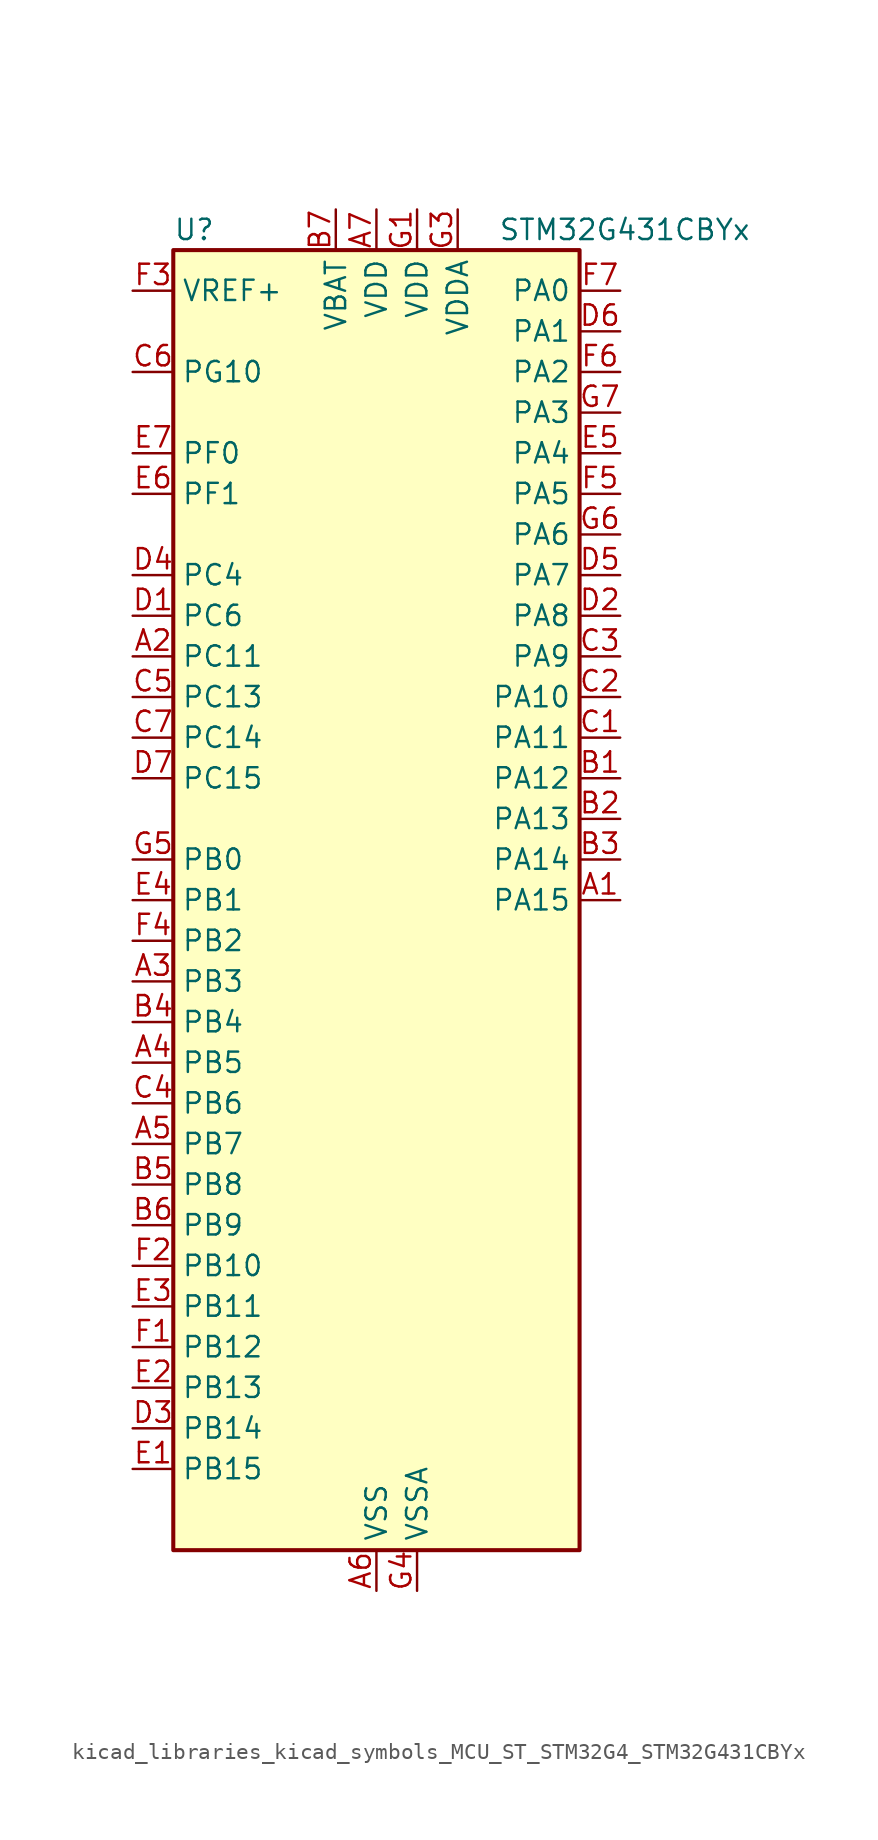
<source format=kicad_sym>
(kicad_symbol_lib
  (version 20220914)
  (generator kicad_symbol_editor)
  (symbol "kicad_libraries_kicad_symbols_MCU_ST_STM32G4_STM32G431CBYx"
    (property "Reference" "U"
      (at -12.7 41.91 0)
      (effects (font (size 1.27 1.27)) (justify left)))
    (property "Value" "STM32G431CBYx"
      (at 7.62 41.91 0)
      (effects (font (size 1.27 1.27)) (justify left)))
    (property "ki_locked" ""
      (at 0 0 0)
      (effects (font (size 1.27 1.27))))
    (symbol "kicad_libraries_kicad_symbols_MCU_ST_STM32G4_STM32G431CBYx_0_1"
      (rectangle (start -12.7 -40.64) (end 12.7 40.64) (stroke (width 0.254) (type default)) (fill (type background))))
    (symbol "kicad_libraries_kicad_symbols_MCU_ST_STM32G4_STM32G431CBYx_1_1"
      (pin bidirectional line (at 15.24 0 180) (length 2.54) (name "PA15" (effects (font (size 1.27 1.27)))) (number "A1" (effects (font (size 1.27 1.27)))) (alternate "ADC1_EXTI15" bidirectional line) (alternate "ADC2_EXTI15" bidirectional line) (alternate "I2C1_SCL" bidirectional line) (alternate "I2S3_WS" bidirectional line) (alternate "SPI1_NSS" bidirectional line) (alternate "SPI3_NSS" bidirectional line) (alternate "SYS_JTDI" bidirectional line) (alternate "TIM1_BKIN" bidirectional line) (alternate "TIM2_CH1" bidirectional line) (alternate "TIM2_ETR" bidirectional line) (alternate "TIM8_CH1" bidirectional line) (alternate "USART2_RX" bidirectional line))
      (pin bidirectional line (at -15.24 15.24 0) (length 2.54) (name "PC11" (effects (font (size 1.27 1.27)))) (number "A2" (effects (font (size 1.27 1.27)))) (alternate "ADC1_EXTI11" bidirectional line) (alternate "ADC2_EXTI11" bidirectional line) (alternate "I2C3_SDA" bidirectional line) (alternate "SPI3_MISO" bidirectional line) (alternate "TIM8_CH2N" bidirectional line) (alternate "USART3_RX" bidirectional line))
      (pin bidirectional line (at -15.24 -5.08 0) (length 2.54) (name "PB3" (effects (font (size 1.27 1.27)))) (number "A3" (effects (font (size 1.27 1.27)))) (alternate "CRS_SYNC" bidirectional line) (alternate "I2S3_CK" bidirectional line) (alternate "SAI1_SCK_B" bidirectional line) (alternate "SPI1_SCK" bidirectional line) (alternate "SPI3_SCK" bidirectional line) (alternate "SYS_JTDO-SWO" bidirectional line) (alternate "TIM2_CH2" bidirectional line) (alternate "TIM3_ETR" bidirectional line) (alternate "TIM4_ETR" bidirectional line) (alternate "TIM8_CH1N" bidirectional line) (alternate "USART2_TX" bidirectional line))
      (pin bidirectional line (at -15.24 -10.16 0) (length 2.54) (name "PB5" (effects (font (size 1.27 1.27)))) (number "A4" (effects (font (size 1.27 1.27)))) (alternate "I2C1_SMBA" bidirectional line) (alternate "I2C3_SDA" bidirectional line) (alternate "I2S3_SD" bidirectional line) (alternate "LPTIM1_IN1" bidirectional line) (alternate "SAI1_SD_B" bidirectional line) (alternate "SPI1_MOSI" bidirectional line) (alternate "SPI3_MOSI" bidirectional line) (alternate "TIM16_BKIN" bidirectional line) (alternate "TIM17_CH1" bidirectional line) (alternate "TIM3_CH2" bidirectional line) (alternate "TIM8_CH3N" bidirectional line) (alternate "USART2_CK" bidirectional line))
      (pin bidirectional line (at -15.24 -15.24 0) (length 2.54) (name "PB7" (effects (font (size 1.27 1.27)))) (number "A5" (effects (font (size 1.27 1.27)))) (alternate "COMP3_OUT" bidirectional line) (alternate "I2C1_SDA" bidirectional line) (alternate "LPTIM1_IN2" bidirectional line) (alternate "SYS_PVD_IN" bidirectional line) (alternate "TIM17_CH1N" bidirectional line) (alternate "TIM3_CH4" bidirectional line) (alternate "TIM4_CH2" bidirectional line) (alternate "TIM8_BKIN" bidirectional line) (alternate "USART1_RX" bidirectional line))
      (pin power_in line (at 0 -43.18 90) (length 2.54) (name "VSS" (effects (font (size 1.27 1.27)))) (number "A6" (effects (font (size 1.27 1.27)))))
      (pin power_in line (at 0 43.18 270) (length 2.54) (name "VDD" (effects (font (size 1.27 1.27)))) (number "A7" (effects (font (size 1.27 1.27)))))
      (pin bidirectional line (at 15.24 7.62 180) (length 2.54) (name "PA12" (effects (font (size 1.27 1.27)))) (number "B1" (effects (font (size 1.27 1.27)))) (alternate "COMP2_OUT" bidirectional line) (alternate "FDCAN1_TX" bidirectional line) (alternate "I2S_CKIN" bidirectional line) (alternate "TIM16_CH1" bidirectional line) (alternate "TIM1_CH2N" bidirectional line) (alternate "TIM1_ETR" bidirectional line) (alternate "TIM4_CH2" bidirectional line) (alternate "USART1_DE" bidirectional line) (alternate "USART1_RTS" bidirectional line) (alternate "USB_DP" bidirectional line))
      (pin bidirectional line (at 15.24 5.08 180) (length 2.54) (name "PA13" (effects (font (size 1.27 1.27)))) (number "B2" (effects (font (size 1.27 1.27)))) (alternate "I2C1_SCL" bidirectional line) (alternate "IR_OUT" bidirectional line) (alternate "SAI1_SD_B" bidirectional line) (alternate "SYS_JTMS-SWDIO" bidirectional line) (alternate "TIM16_CH1N" bidirectional line) (alternate "TIM4_CH3" bidirectional line) (alternate "USART3_CTS" bidirectional line) (alternate "USART3_NSS" bidirectional line))
      (pin bidirectional line (at 15.24 2.54 180) (length 2.54) (name "PA14" (effects (font (size 1.27 1.27)))) (number "B3" (effects (font (size 1.27 1.27)))) (alternate "I2C1_SDA" bidirectional line) (alternate "LPTIM1_OUT" bidirectional line) (alternate "SAI1_FS_B" bidirectional line) (alternate "SYS_JTCK-SWCLK" bidirectional line) (alternate "TIM1_BKIN" bidirectional line) (alternate "TIM8_CH2" bidirectional line) (alternate "USART2_TX" bidirectional line))
      (pin bidirectional line (at -15.24 -7.62 0) (length 2.54) (name "PB4" (effects (font (size 1.27 1.27)))) (number "B4" (effects (font (size 1.27 1.27)))) (alternate "SAI1_MCLK_B" bidirectional line) (alternate "SPI1_MISO" bidirectional line) (alternate "SPI3_MISO" bidirectional line) (alternate "SYS_JTRST" bidirectional line) (alternate "TIM16_CH1" bidirectional line) (alternate "TIM17_BKIN" bidirectional line) (alternate "TIM3_CH1" bidirectional line) (alternate "TIM8_CH2N" bidirectional line) (alternate "UCPD1_CC2" bidirectional line) (alternate "USART2_RX" bidirectional line))
      (pin bidirectional line (at -15.24 -17.78 0) (length 2.54) (name "PB8" (effects (font (size 1.27 1.27)))) (number "B5" (effects (font (size 1.27 1.27)))) (alternate "COMP1_OUT" bidirectional line) (alternate "FDCAN1_RX" bidirectional line) (alternate "I2C1_SCL" bidirectional line) (alternate "SAI1_CK1" bidirectional line) (alternate "SAI1_MCLK_A" bidirectional line) (alternate "TIM16_CH1" bidirectional line) (alternate "TIM1_BKIN" bidirectional line) (alternate "TIM4_CH3" bidirectional line) (alternate "TIM8_CH2" bidirectional line) (alternate "USART3_RX" bidirectional line))
      (pin bidirectional line (at -15.24 -20.32 0) (length 2.54) (name "PB9" (effects (font (size 1.27 1.27)))) (number "B6" (effects (font (size 1.27 1.27)))) (alternate "COMP2_OUT" bidirectional line) (alternate "DAC1_EXTI9" bidirectional line) (alternate "DAC3_EXTI9" bidirectional line) (alternate "FDCAN1_TX" bidirectional line) (alternate "I2C1_SDA" bidirectional line) (alternate "IR_OUT" bidirectional line) (alternate "SAI1_D2" bidirectional line) (alternate "SAI1_FS_A" bidirectional line) (alternate "TIM17_CH1" bidirectional line) (alternate "TIM1_CH3N" bidirectional line) (alternate "TIM4_CH4" bidirectional line) (alternate "TIM8_CH3" bidirectional line) (alternate "USART3_TX" bidirectional line))
      (pin power_in line (at -2.54 43.18 270) (length 2.54) (name "VBAT" (effects (font (size 1.27 1.27)))) (number "B7" (effects (font (size 1.27 1.27)))))
      (pin bidirectional line (at 15.24 10.16 180) (length 2.54) (name "PA11" (effects (font (size 1.27 1.27)))) (number "C1" (effects (font (size 1.27 1.27)))) (alternate "ADC1_EXTI11" bidirectional line) (alternate "ADC2_EXTI11" bidirectional line) (alternate "COMP1_OUT" bidirectional line) (alternate "FDCAN1_RX" bidirectional line) (alternate "I2S2_SD" bidirectional line) (alternate "SPI2_MOSI" bidirectional line) (alternate "TIM1_BKIN2" bidirectional line) (alternate "TIM1_CH1N" bidirectional line) (alternate "TIM1_CH4" bidirectional line) (alternate "TIM4_CH1" bidirectional line) (alternate "USART1_CTS" bidirectional line) (alternate "USART1_NSS" bidirectional line) (alternate "USB_DM" bidirectional line))
      (pin bidirectional line (at 15.24 12.7 180) (length 2.54) (name "PA10" (effects (font (size 1.27 1.27)))) (number "C2" (effects (font (size 1.27 1.27)))) (alternate "CRS_SYNC" bidirectional line) (alternate "DAC1_EXTI10" bidirectional line) (alternate "DAC3_EXTI10" bidirectional line) (alternate "I2C2_SMBA" bidirectional line) (alternate "SAI1_D1" bidirectional line) (alternate "SAI1_SD_A" bidirectional line) (alternate "SPI2_MISO" bidirectional line) (alternate "TIM17_BKIN" bidirectional line) (alternate "TIM1_CH3" bidirectional line) (alternate "TIM2_CH4" bidirectional line) (alternate "TIM8_BKIN" bidirectional line) (alternate "UCPD1_DBCC2" bidirectional line) (alternate "USART1_RX" bidirectional line))
      (pin bidirectional line (at 15.24 15.24 180) (length 2.54) (name "PA9" (effects (font (size 1.27 1.27)))) (number "C3" (effects (font (size 1.27 1.27)))) (alternate "DAC1_EXTI9" bidirectional line) (alternate "DAC3_EXTI9" bidirectional line) (alternate "I2C2_SCL" bidirectional line) (alternate "I2C3_SMBA" bidirectional line) (alternate "I2S3_MCK" bidirectional line) (alternate "SAI1_FS_A" bidirectional line) (alternate "TIM15_BKIN" bidirectional line) (alternate "TIM1_CH2" bidirectional line) (alternate "TIM2_CH3" bidirectional line) (alternate "UCPD1_DBCC1" bidirectional line) (alternate "USART1_TX" bidirectional line))
      (pin bidirectional line (at -15.24 -12.7 0) (length 2.54) (name "PB6" (effects (font (size 1.27 1.27)))) (number "C4" (effects (font (size 1.27 1.27)))) (alternate "COMP4_OUT" bidirectional line) (alternate "LPTIM1_ETR" bidirectional line) (alternate "SAI1_FS_B" bidirectional line) (alternate "TIM16_CH1N" bidirectional line) (alternate "TIM4_CH1" bidirectional line) (alternate "TIM8_BKIN2" bidirectional line) (alternate "TIM8_CH1" bidirectional line) (alternate "TIM8_ETR" bidirectional line) (alternate "UCPD1_CC1" bidirectional line) (alternate "USART1_TX" bidirectional line))
      (pin bidirectional line (at -15.24 12.7 0) (length 2.54) (name "PC13" (effects (font (size 1.27 1.27)))) (number "C5" (effects (font (size 1.27 1.27)))) (alternate "RTC_OUT1" bidirectional line) (alternate "RTC_TAMP1" bidirectional line) (alternate "RTC_TS" bidirectional line) (alternate "SYS_WKUP2" bidirectional line) (alternate "TIM1_BKIN" bidirectional line) (alternate "TIM1_CH1N" bidirectional line) (alternate "TIM8_CH4N" bidirectional line))
      (pin bidirectional line (at -15.24 33.02 0) (length 2.54) (name "PG10" (effects (font (size 1.27 1.27)))) (number "C6" (effects (font (size 1.27 1.27)))) (alternate "DAC1_EXTI10" bidirectional line) (alternate "DAC3_EXTI10" bidirectional line) (alternate "RCC_MCO" bidirectional line))
      (pin bidirectional line (at -15.24 10.16 0) (length 2.54) (name "PC14" (effects (font (size 1.27 1.27)))) (number "C7" (effects (font (size 1.27 1.27)))) (alternate "RCC_OSC32_IN" bidirectional line))
      (pin bidirectional line (at -15.24 17.78 0) (length 2.54) (name "PC6" (effects (font (size 1.27 1.27)))) (number "D1" (effects (font (size 1.27 1.27)))) (alternate "I2S2_MCK" bidirectional line) (alternate "TIM3_CH1" bidirectional line) (alternate "TIM8_CH1" bidirectional line))
      (pin bidirectional line (at 15.24 17.78 180) (length 2.54) (name "PA8" (effects (font (size 1.27 1.27)))) (number "D2" (effects (font (size 1.27 1.27)))) (alternate "I2C2_SDA" bidirectional line) (alternate "I2C3_SCL" bidirectional line) (alternate "I2S2_MCK" bidirectional line) (alternate "RCC_MCO" bidirectional line) (alternate "SAI1_CK2" bidirectional line) (alternate "SAI1_SCK_A" bidirectional line) (alternate "TIM1_CH1" bidirectional line) (alternate "TIM4_ETR" bidirectional line) (alternate "USART1_CK" bidirectional line))
      (pin bidirectional line (at -15.24 -33.02 0) (length 2.54) (name "PB14" (effects (font (size 1.27 1.27)))) (number "D3" (effects (font (size 1.27 1.27)))) (alternate "ADC1_IN5" bidirectional line) (alternate "COMP4_OUT" bidirectional line) (alternate "OPAMP2_VINP" bidirectional line) (alternate "OPAMP2_VINP_SEC" bidirectional line) (alternate "SPI2_MISO" bidirectional line) (alternate "TIM15_CH1" bidirectional line) (alternate "TIM1_CH2N" bidirectional line) (alternate "USART3_DE" bidirectional line) (alternate "USART3_RTS" bidirectional line))
      (pin bidirectional line (at -15.24 20.32 0) (length 2.54) (name "PC4" (effects (font (size 1.27 1.27)))) (number "D4" (effects (font (size 1.27 1.27)))) (alternate "ADC2_IN5" bidirectional line) (alternate "I2C2_SCL" bidirectional line) (alternate "TIM1_ETR" bidirectional line) (alternate "USART1_TX" bidirectional line))
      (pin bidirectional line (at 15.24 20.32 180) (length 2.54) (name "PA7" (effects (font (size 1.27 1.27)))) (number "D5" (effects (font (size 1.27 1.27)))) (alternate "ADC2_IN4" bidirectional line) (alternate "COMP2_INP" bidirectional line) (alternate "COMP2_OUT" bidirectional line) (alternate "OPAMP1_VINP" bidirectional line) (alternate "OPAMP1_VINP_SEC" bidirectional line) (alternate "OPAMP2_VINP" bidirectional line) (alternate "OPAMP2_VINP_SEC" bidirectional line) (alternate "SPI1_MOSI" bidirectional line) (alternate "TIM17_CH1" bidirectional line) (alternate "TIM1_CH1N" bidirectional line) (alternate "TIM3_CH2" bidirectional line) (alternate "TIM8_CH1N" bidirectional line) (alternate "UCPD1_FRSTX1" bidirectional line) (alternate "UCPD1_FRSTX2" bidirectional line))
      (pin bidirectional line (at 15.24 35.56 180) (length 2.54) (name "PA1" (effects (font (size 1.27 1.27)))) (number "D6" (effects (font (size 1.27 1.27)))) (alternate "ADC1_IN2" bidirectional line) (alternate "ADC2_IN2" bidirectional line) (alternate "COMP1_INP" bidirectional line) (alternate "OPAMP1_VINP" bidirectional line) (alternate "OPAMP1_VINP_SEC" bidirectional line) (alternate "OPAMP3_VINP" bidirectional line) (alternate "OPAMP3_VINP_SEC" bidirectional line) (alternate "RTC_REFIN" bidirectional line) (alternate "TIM15_CH1N" bidirectional line) (alternate "TIM2_CH2" bidirectional line) (alternate "USART2_DE" bidirectional line) (alternate "USART2_RTS" bidirectional line))
      (pin bidirectional line (at -15.24 7.62 0) (length 2.54) (name "PC15" (effects (font (size 1.27 1.27)))) (number "D7" (effects (font (size 1.27 1.27)))) (alternate "ADC1_EXTI15" bidirectional line) (alternate "ADC2_EXTI15" bidirectional line) (alternate "RCC_OSC32_OUT" bidirectional line))
      (pin bidirectional line (at -15.24 -35.56 0) (length 2.54) (name "PB15" (effects (font (size 1.27 1.27)))) (number "E1" (effects (font (size 1.27 1.27)))) (alternate "ADC1_EXTI15" bidirectional line) (alternate "ADC2_EXTI15" bidirectional line) (alternate "ADC2_IN15" bidirectional line) (alternate "COMP3_OUT" bidirectional line) (alternate "I2S2_SD" bidirectional line) (alternate "RTC_REFIN" bidirectional line) (alternate "SPI2_MOSI" bidirectional line) (alternate "TIM15_CH1N" bidirectional line) (alternate "TIM15_CH2" bidirectional line) (alternate "TIM1_CH3N" bidirectional line))
      (pin bidirectional line (at -15.24 -30.48 0) (length 2.54) (name "PB13" (effects (font (size 1.27 1.27)))) (number "E2" (effects (font (size 1.27 1.27)))) (alternate "I2S2_CK" bidirectional line) (alternate "LPUART1_CTS" bidirectional line) (alternate "OPAMP3_VINP" bidirectional line) (alternate "OPAMP3_VINP_SEC" bidirectional line) (alternate "SPI2_SCK" bidirectional line) (alternate "TIM1_CH1N" bidirectional line) (alternate "USART3_CTS" bidirectional line) (alternate "USART3_NSS" bidirectional line))
      (pin bidirectional line (at -15.24 -25.4 0) (length 2.54) (name "PB11" (effects (font (size 1.27 1.27)))) (number "E3" (effects (font (size 1.27 1.27)))) (alternate "ADC1_EXTI11" bidirectional line) (alternate "ADC1_IN14" bidirectional line) (alternate "ADC2_EXTI11" bidirectional line) (alternate "ADC2_IN14" bidirectional line) (alternate "LPUART1_TX" bidirectional line) (alternate "TIM2_CH4" bidirectional line) (alternate "USART3_RX" bidirectional line))
      (pin bidirectional line (at -15.24 0 0) (length 2.54) (name "PB1" (effects (font (size 1.27 1.27)))) (number "E4" (effects (font (size 1.27 1.27)))) (alternate "ADC1_IN12" bidirectional line) (alternate "COMP1_INP" bidirectional line) (alternate "COMP4_OUT" bidirectional line) (alternate "LPUART1_DE" bidirectional line) (alternate "LPUART1_RTS" bidirectional line) (alternate "OPAMP3_VOUT" bidirectional line) (alternate "TIM1_CH3N" bidirectional line) (alternate "TIM3_CH4" bidirectional line) (alternate "TIM8_CH3N" bidirectional line))
      (pin bidirectional line (at 15.24 27.94 180) (length 2.54) (name "PA4" (effects (font (size 1.27 1.27)))) (number "E5" (effects (font (size 1.27 1.27)))) (alternate "ADC2_IN17" bidirectional line) (alternate "COMP1_INM" bidirectional line) (alternate "DAC1_OUT1" bidirectional line) (alternate "I2S3_WS" bidirectional line) (alternate "SAI1_FS_B" bidirectional line) (alternate "SPI1_NSS" bidirectional line) (alternate "SPI3_NSS" bidirectional line) (alternate "TIM3_CH2" bidirectional line) (alternate "USART2_CK" bidirectional line))
      (pin bidirectional line (at -15.24 25.4 0) (length 2.54) (name "PF1" (effects (font (size 1.27 1.27)))) (number "E6" (effects (font (size 1.27 1.27)))) (alternate "ADC2_IN10" bidirectional line) (alternate "COMP3_INM" bidirectional line) (alternate "I2S2_CK" bidirectional line) (alternate "RCC_OSC_OUT" bidirectional line) (alternate "SPI2_SCK" bidirectional line))
      (pin bidirectional line (at -15.24 27.94 0) (length 2.54) (name "PF0" (effects (font (size 1.27 1.27)))) (number "E7" (effects (font (size 1.27 1.27)))) (alternate "ADC1_IN10" bidirectional line) (alternate "I2C2_SDA" bidirectional line) (alternate "I2S2_WS" bidirectional line) (alternate "RCC_OSC_IN" bidirectional line) (alternate "SPI2_NSS" bidirectional line) (alternate "TIM1_CH3N" bidirectional line))
      (pin bidirectional line (at -15.24 -27.94 0) (length 2.54) (name "PB12" (effects (font (size 1.27 1.27)))) (number "F1" (effects (font (size 1.27 1.27)))) (alternate "ADC1_IN11" bidirectional line) (alternate "I2C2_SMBA" bidirectional line) (alternate "I2S2_WS" bidirectional line) (alternate "LPUART1_DE" bidirectional line) (alternate "LPUART1_RTS" bidirectional line) (alternate "SPI2_NSS" bidirectional line) (alternate "TIM1_BKIN" bidirectional line) (alternate "USART3_CK" bidirectional line))
      (pin bidirectional line (at -15.24 -22.86 0) (length 2.54) (name "PB10" (effects (font (size 1.27 1.27)))) (number "F2" (effects (font (size 1.27 1.27)))) (alternate "DAC1_EXTI10" bidirectional line) (alternate "DAC3_EXTI10" bidirectional line) (alternate "LPUART1_RX" bidirectional line) (alternate "OPAMP3_VINM" bidirectional line) (alternate "OPAMP3_VINM1" bidirectional line) (alternate "OPAMP3_VINM_SEC" bidirectional line) (alternate "SAI1_SCK_A" bidirectional line) (alternate "TIM1_BKIN" bidirectional line) (alternate "TIM2_CH3" bidirectional line) (alternate "USART3_TX" bidirectional line))
      (pin input line (at -15.24 38.1 0) (length 2.54) (name "VREF+" (effects (font (size 1.27 1.27)))) (number "F3" (effects (font (size 1.27 1.27)))) (alternate "VREFBUF_OUT" bidirectional line))
      (pin bidirectional line (at -15.24 -2.54 0) (length 2.54) (name "PB2" (effects (font (size 1.27 1.27)))) (number "F4" (effects (font (size 1.27 1.27)))) (alternate "ADC2_IN12" bidirectional line) (alternate "COMP4_INM" bidirectional line) (alternate "I2C3_SMBA" bidirectional line) (alternate "LPTIM1_OUT" bidirectional line) (alternate "OPAMP3_VINM" bidirectional line) (alternate "OPAMP3_VINM0" bidirectional line) (alternate "OPAMP3_VINM_SEC" bidirectional line) (alternate "RTC_OUT2" bidirectional line))
      (pin bidirectional line (at 15.24 25.4 180) (length 2.54) (name "PA5" (effects (font (size 1.27 1.27)))) (number "F5" (effects (font (size 1.27 1.27)))) (alternate "ADC2_IN13" bidirectional line) (alternate "COMP2_INM" bidirectional line) (alternate "DAC1_OUT2" bidirectional line) (alternate "OPAMP2_VINM" bidirectional line) (alternate "OPAMP2_VINM0" bidirectional line) (alternate "OPAMP2_VINM_SEC" bidirectional line) (alternate "SPI1_SCK" bidirectional line) (alternate "TIM2_CH1" bidirectional line) (alternate "TIM2_ETR" bidirectional line) (alternate "UCPD1_FRSTX1" bidirectional line) (alternate "UCPD1_FRSTX2" bidirectional line))
      (pin bidirectional line (at 15.24 33.02 180) (length 2.54) (name "PA2" (effects (font (size 1.27 1.27)))) (number "F6" (effects (font (size 1.27 1.27)))) (alternate "ADC1_IN3" bidirectional line) (alternate "COMP2_INM" bidirectional line) (alternate "COMP2_OUT" bidirectional line) (alternate "LPUART1_TX" bidirectional line) (alternate "OPAMP1_VOUT" bidirectional line) (alternate "RCC_LSCO" bidirectional line) (alternate "SYS_WKUP4" bidirectional line) (alternate "TIM15_CH1" bidirectional line) (alternate "TIM2_CH3" bidirectional line) (alternate "UCPD1_FRSTX1" bidirectional line) (alternate "UCPD1_FRSTX2" bidirectional line) (alternate "USART2_TX" bidirectional line))
      (pin bidirectional line (at 15.24 38.1 180) (length 2.54) (name "PA0" (effects (font (size 1.27 1.27)))) (number "F7" (effects (font (size 1.27 1.27)))) (alternate "ADC1_IN1" bidirectional line) (alternate "ADC2_IN1" bidirectional line) (alternate "COMP1_INM" bidirectional line) (alternate "COMP1_OUT" bidirectional line) (alternate "COMP3_INP" bidirectional line) (alternate "RTC_TAMP2" bidirectional line) (alternate "SYS_WKUP1" bidirectional line) (alternate "TIM2_CH1" bidirectional line) (alternate "TIM2_ETR" bidirectional line) (alternate "TIM8_BKIN" bidirectional line) (alternate "TIM8_ETR" bidirectional line) (alternate "USART2_CTS" bidirectional line) (alternate "USART2_NSS" bidirectional line))
      (pin power_in line (at 2.54 43.18 270) (length 2.54) (name "VDD" (effects (font (size 1.27 1.27)))) (number "G1" (effects (font (size 1.27 1.27)))))
      (pin passive line (at 0 -43.18 90) (length 2.54) hide (name "VSS" (effects (font (size 1.27 1.27)))) (number "G2" (effects (font (size 1.27 1.27)))))
      (pin power_in line (at 5.08 43.18 270) (length 2.54) (name "VDDA" (effects (font (size 1.27 1.27)))) (number "G3" (effects (font (size 1.27 1.27)))))
      (pin power_in line (at 2.54 -43.18 90) (length 2.54) (name "VSSA" (effects (font (size 1.27 1.27)))) (number "G4" (effects (font (size 1.27 1.27)))))
      (pin bidirectional line (at -15.24 2.54 0) (length 2.54) (name "PB0" (effects (font (size 1.27 1.27)))) (number "G5" (effects (font (size 1.27 1.27)))) (alternate "ADC1_IN15" bidirectional line) (alternate "COMP4_INP" bidirectional line) (alternate "OPAMP2_VINP" bidirectional line) (alternate "OPAMP2_VINP_SEC" bidirectional line) (alternate "OPAMP3_VINP" bidirectional line) (alternate "OPAMP3_VINP_SEC" bidirectional line) (alternate "TIM1_CH2N" bidirectional line) (alternate "TIM3_CH3" bidirectional line) (alternate "TIM8_CH2N" bidirectional line) (alternate "UCPD1_FRSTX1" bidirectional line) (alternate "UCPD1_FRSTX2" bidirectional line))
      (pin bidirectional line (at 15.24 22.86 180) (length 2.54) (name "PA6" (effects (font (size 1.27 1.27)))) (number "G6" (effects (font (size 1.27 1.27)))) (alternate "ADC2_IN3" bidirectional line) (alternate "COMP1_OUT" bidirectional line) (alternate "LPUART1_CTS" bidirectional line) (alternate "OPAMP2_VOUT" bidirectional line) (alternate "SPI1_MISO" bidirectional line) (alternate "TIM16_CH1" bidirectional line) (alternate "TIM1_BKIN" bidirectional line) (alternate "TIM3_CH1" bidirectional line) (alternate "TIM8_BKIN" bidirectional line))
      (pin bidirectional line (at 15.24 30.48 180) (length 2.54) (name "PA3" (effects (font (size 1.27 1.27)))) (number "G7" (effects (font (size 1.27 1.27)))) (alternate "ADC1_IN4" bidirectional line) (alternate "COMP2_INP" bidirectional line) (alternate "LPUART1_RX" bidirectional line) (alternate "OPAMP1_VINM" bidirectional line) (alternate "OPAMP1_VINM0" bidirectional line) (alternate "OPAMP1_VINM_SEC" bidirectional line) (alternate "OPAMP1_VINP" bidirectional line) (alternate "OPAMP1_VINP_SEC" bidirectional line) (alternate "SAI1_CK1" bidirectional line) (alternate "SAI1_MCLK_A" bidirectional line) (alternate "TIM15_CH2" bidirectional line) (alternate "TIM2_CH4" bidirectional line) (alternate "USART2_RX" bidirectional line)))))
</source>
